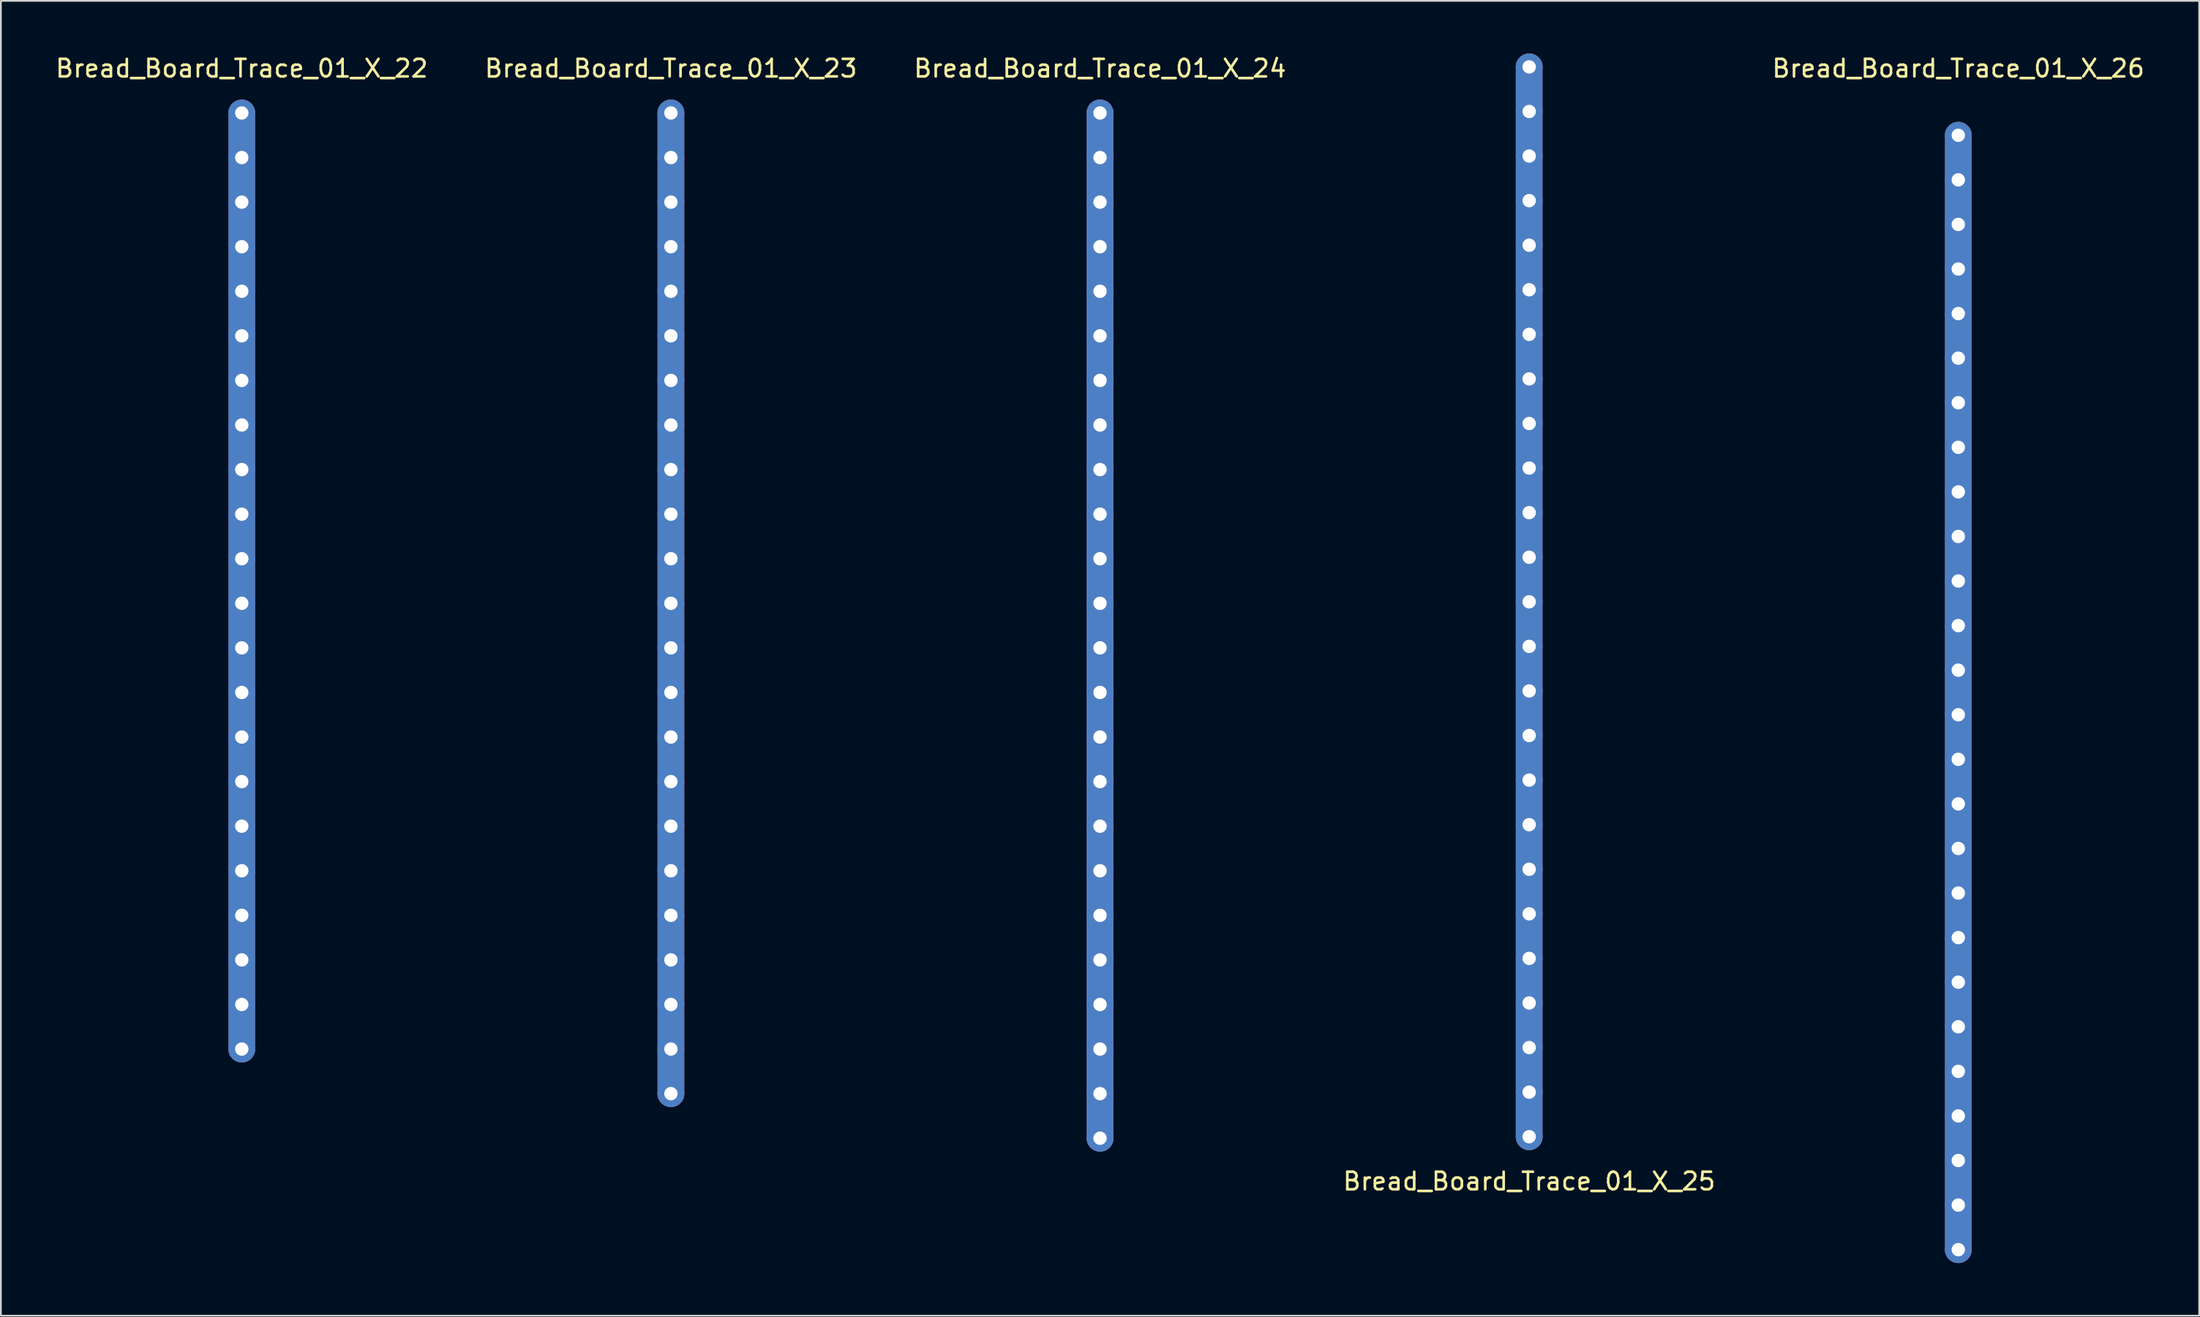
<source format=kicad_pcb>
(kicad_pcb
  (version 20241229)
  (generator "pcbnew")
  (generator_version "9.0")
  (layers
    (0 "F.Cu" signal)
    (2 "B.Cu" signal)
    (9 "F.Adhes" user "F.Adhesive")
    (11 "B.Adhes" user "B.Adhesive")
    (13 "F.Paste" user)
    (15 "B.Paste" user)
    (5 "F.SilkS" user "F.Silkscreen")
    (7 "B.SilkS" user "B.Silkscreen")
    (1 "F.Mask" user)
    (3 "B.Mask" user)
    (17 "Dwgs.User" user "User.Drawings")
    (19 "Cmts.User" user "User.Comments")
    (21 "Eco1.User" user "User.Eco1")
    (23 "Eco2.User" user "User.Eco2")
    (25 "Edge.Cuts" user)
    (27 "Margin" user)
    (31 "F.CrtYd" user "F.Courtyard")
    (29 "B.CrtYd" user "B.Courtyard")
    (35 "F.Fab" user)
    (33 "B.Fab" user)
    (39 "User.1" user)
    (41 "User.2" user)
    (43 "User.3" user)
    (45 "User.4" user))
  (footprint "Bread_Board_Trace_01_X_23"
    (layer "F.Cu")
    (at 35.161 59.268)
    (property "Reference" "Bread_Board_Trace_01_X_23" (at 0 -58.42 0) (layer "F.SilkS") (effects (font (size 1 1) (thickness 0.15))))
    (attr through_hole)
    (fp_line (start 0 -55.88) (end 0 0) (stroke (width 1.524) (type solid)) (layer "F.Cu"))
    (fp_line (start 0 -55.88) (end 0 0) (stroke (width 1.524) (type solid)) (layer "B.Cu"))
    (pad "1" thru_hole circle (at 0 -55.88) (size 1.524 1.524) (drill 0.762) (layers "*.Cu" "*.Mask"))
    (pad "2" thru_hole circle (at 0 -53.34) (size 1.524 1.524) (drill 0.762) (layers "*.Cu" "*.Mask"))
    (pad "3" thru_hole circle (at 0 -50.8) (size 1.524 1.524) (drill 0.762) (layers "*.Cu" "*.Mask"))
    (pad "4" thru_hole circle (at 0 -48.26) (size 1.524 1.524) (drill 0.762) (layers "*.Cu" "*.Mask"))
    (pad "5" thru_hole circle (at 0 -45.72) (size 1.524 1.524) (drill 0.762) (layers "*.Cu" "*.Mask"))
    (pad "6" thru_hole circle (at 0 -43.18) (size 1.524 1.524) (drill 0.762) (layers "*.Cu" "*.Mask"))
    (pad "7" thru_hole circle (at 0 -40.64) (size 1.524 1.524) (drill 0.762) (layers "*.Cu" "*.Mask"))
    (pad "8" thru_hole circle (at 0 -38.1) (size 1.524 1.524) (drill 0.762) (layers "*.Cu" "*.Mask"))
    (pad "9" thru_hole circle (at 0 -35.56) (size 1.524 1.524) (drill 0.762) (layers "*.Cu" "*.Mask"))
    (pad "10" thru_hole circle (at 0 -33.02) (size 1.524 1.524) (drill 0.762) (layers "*.Cu" "*.Mask"))
    (pad "11" thru_hole circle (at 0 -30.48) (size 1.524 1.524) (drill 0.762) (layers "*.Cu" "*.Mask"))
    (pad "12" thru_hole circle (at 0 -27.94) (size 1.524 1.524) (drill 0.762) (layers "*.Cu" "*.Mask"))
    (pad "13" thru_hole circle (at 0 -25.4) (size 1.524 1.524) (drill 0.762) (layers "*.Cu" "*.Mask"))
    (pad "14" thru_hole circle (at 0 -22.86) (size 1.524 1.524) (drill 0.762) (layers "*.Cu" "*.Mask"))
    (pad "15" thru_hole circle (at 0 -20.32) (size 1.524 1.524) (drill 0.762) (layers "*.Cu" "*.Mask"))
    (pad "16" thru_hole circle (at 0 -17.78) (size 1.524 1.524) (drill 0.762) (layers "*.Cu" "*.Mask"))
    (pad "17" thru_hole circle (at 0 -15.24) (size 1.524 1.524) (drill 0.762) (layers "*.Cu" "*.Mask"))
    (pad "18" thru_hole circle (at 0 -12.7) (size 1.524 1.524) (drill 0.762) (layers "*.Cu" "*.Mask"))
    (pad "19" thru_hole circle (at 0 -10.16) (size 1.524 1.524) (drill 0.762) (layers "*.Cu" "*.Mask"))
    (pad "20" thru_hole circle (at 0 -7.62) (size 1.524 1.524) (drill 0.762) (layers "*.Cu" "*.Mask"))
    (pad "21" thru_hole circle (at 0 -5.08) (size 1.524 1.524) (drill 0.762) (layers "*.Cu" "*.Mask"))
    (pad "22" thru_hole circle (at 0 -2.54) (size 1.524 1.524) (drill 0.762) (layers "*.Cu" "*.Mask"))
    (pad "23" thru_hole circle (at 0 0) (size 1.524 1.524) (drill 0.762) (layers "*.Cu" "*.Mask")))
  (footprint "Bread_Board_Trace_01_X_25"
    (layer "F.Cu")
    (at 84.042 28.702)
    (property "Reference" "Bread_Board_Trace_01_X_25" (at 0 35.56 0) (layer "F.SilkS") (effects (font (size 1 1) (thickness 0.15))))
    (attr through_hole)
    (fp_line (start 0 33.02) (end 0 -27.94) (stroke (width 1.524) (type solid)) (layer "F.Cu"))
    (fp_line (start 0 33.02) (end 0 -27.94) (stroke (width 1.524) (type solid)) (layer "B.Cu"))
    (pad "1" thru_hole circle (at 0 -27.94) (size 1.524 1.524) (drill 0.762) (layers "*.Cu" "*.Mask"))
    (pad "2" thru_hole circle (at 0 -25.4) (size 1.524 1.524) (drill 0.762) (layers "*.Cu" "*.Mask"))
    (pad "3" thru_hole circle (at 0 -22.86) (size 1.524 1.524) (drill 0.762) (layers "*.Cu" "*.Mask"))
    (pad "4" thru_hole circle (at 0 -20.32) (size 1.524 1.524) (drill 0.762) (layers "*.Cu" "*.Mask"))
    (pad "5" thru_hole circle (at 0 -17.78) (size 1.524 1.524) (drill 0.762) (layers "*.Cu" "*.Mask"))
    (pad "6" thru_hole circle (at 0 -15.24) (size 1.524 1.524) (drill 0.762) (layers "*.Cu" "*.Mask"))
    (pad "7" thru_hole circle (at 0 -12.7) (size 1.524 1.524) (drill 0.762) (layers "*.Cu" "*.Mask"))
    (pad "8" thru_hole circle (at 0 -10.16) (size 1.524 1.524) (drill 0.762) (layers "*.Cu" "*.Mask"))
    (pad "9" thru_hole circle (at 0 -7.62) (size 1.524 1.524) (drill 0.762) (layers "*.Cu" "*.Mask"))
    (pad "10" thru_hole circle (at 0 -5.08) (size 1.524 1.524) (drill 0.762) (layers "*.Cu" "*.Mask"))
    (pad "11" thru_hole circle (at 0 -2.54) (size 1.524 1.524) (drill 0.762) (layers "*.Cu" "*.Mask"))
    (pad "12" thru_hole circle (at 0 0) (size 1.524 1.524) (drill 0.762) (layers "*.Cu" "*.Mask"))
    (pad "13" thru_hole circle (at 0 2.54) (size 1.524 1.524) (drill 0.762) (layers "*.Cu" "*.Mask"))
    (pad "14" thru_hole circle (at 0 5.08) (size 1.524 1.524) (drill 0.762) (layers "*.Cu" "*.Mask"))
    (pad "15" thru_hole circle (at 0 7.62) (size 1.524 1.524) (drill 0.762) (layers "*.Cu" "*.Mask"))
    (pad "16" thru_hole circle (at 0 10.16) (size 1.524 1.524) (drill 0.762) (layers "*.Cu" "*.Mask"))
    (pad "17" thru_hole circle (at 0 12.7) (size 1.524 1.524) (drill 0.762) (layers "*.Cu" "*.Mask"))
    (pad "18" thru_hole circle (at 0 15.24) (size 1.524 1.524) (drill 0.762) (layers "*.Cu" "*.Mask"))
    (pad "19" thru_hole circle (at 0 17.78) (size 1.524 1.524) (drill 0.762) (layers "*.Cu" "*.Mask"))
    (pad "20" thru_hole circle (at 0 20.32) (size 1.524 1.524) (drill 0.762) (layers "*.Cu" "*.Mask"))
    (pad "21" thru_hole circle (at 0 22.86) (size 1.524 1.524) (drill 0.762) (layers "*.Cu" "*.Mask"))
    (pad "22" thru_hole circle (at 0 25.4) (size 1.524 1.524) (drill 0.762) (layers "*.Cu" "*.Mask"))
    (pad "23" thru_hole circle (at 0 27.94) (size 1.524 1.524) (drill 0.762) (layers "*.Cu" "*.Mask"))
    (pad "24" thru_hole circle (at 0 30.48) (size 1.524 1.524) (drill 0.762) (layers "*.Cu" "*.Mask"))
    (pad "25" thru_hole circle (at 0 33.02) (size 1.524 1.524) (drill 0.762) (layers "*.Cu" "*.Mask")))
  (footprint "Bread_Board_Trace_01_X_24"
    (layer "F.Cu")
    (at 59.601 61.808)
    (property "Reference" "Bread_Board_Trace_01_X_24" (at 0 -60.96 0) (layer "F.SilkS") (effects (font (size 1 1) (thickness 0.15))))
    (attr through_hole)
    (fp_line (start 0 -58.42) (end 0 0) (stroke (width 1.524) (type solid)) (layer "F.Cu"))
    (fp_line (start 0 -58.42) (end 0 0) (stroke (width 1.524) (type solid)) (layer "B.Cu"))
    (pad "1" thru_hole circle (at 0 -58.42) (size 1.524 1.524) (drill 0.762) (layers "*.Cu" "*.Mask"))
    (pad "2" thru_hole circle (at 0 -55.88) (size 1.524 1.524) (drill 0.762) (layers "*.Cu" "*.Mask"))
    (pad "3" thru_hole circle (at 0 -53.34) (size 1.524 1.524) (drill 0.762) (layers "*.Cu" "*.Mask"))
    (pad "4" thru_hole circle (at 0 -50.8) (size 1.524 1.524) (drill 0.762) (layers "*.Cu" "*.Mask"))
    (pad "5" thru_hole circle (at 0 -48.26) (size 1.524 1.524) (drill 0.762) (layers "*.Cu" "*.Mask"))
    (pad "6" thru_hole circle (at 0 -45.72) (size 1.524 1.524) (drill 0.762) (layers "*.Cu" "*.Mask"))
    (pad "7" thru_hole circle (at 0 -43.18) (size 1.524 1.524) (drill 0.762) (layers "*.Cu" "*.Mask"))
    (pad "8" thru_hole circle (at 0 -40.64) (size 1.524 1.524) (drill 0.762) (layers "*.Cu" "*.Mask"))
    (pad "9" thru_hole circle (at 0 -38.1) (size 1.524 1.524) (drill 0.762) (layers "*.Cu" "*.Mask"))
    (pad "10" thru_hole circle (at 0 -35.56) (size 1.524 1.524) (drill 0.762) (layers "*.Cu" "*.Mask"))
    (pad "11" thru_hole circle (at 0 -33.02) (size 1.524 1.524) (drill 0.762) (layers "*.Cu" "*.Mask"))
    (pad "12" thru_hole circle (at 0 -30.48) (size 1.524 1.524) (drill 0.762) (layers "*.Cu" "*.Mask"))
    (pad "13" thru_hole circle (at 0 -27.94) (size 1.524 1.524) (drill 0.762) (layers "*.Cu" "*.Mask"))
    (pad "14" thru_hole circle (at 0 -25.4) (size 1.524 1.524) (drill 0.762) (layers "*.Cu" "*.Mask"))
    (pad "15" thru_hole circle (at 0 -22.86) (size 1.524 1.524) (drill 0.762) (layers "*.Cu" "*.Mask"))
    (pad "16" thru_hole circle (at 0 -20.32) (size 1.524 1.524) (drill 0.762) (layers "*.Cu" "*.Mask"))
    (pad "17" thru_hole circle (at 0 -17.78) (size 1.524 1.524) (drill 0.762) (layers "*.Cu" "*.Mask"))
    (pad "18" thru_hole circle (at 0 -15.24) (size 1.524 1.524) (drill 0.762) (layers "*.Cu" "*.Mask"))
    (pad "19" thru_hole circle (at 0 -12.7) (size 1.524 1.524) (drill 0.762) (layers "*.Cu" "*.Mask"))
    (pad "20" thru_hole circle (at 0 -10.16) (size 1.524 1.524) (drill 0.762) (layers "*.Cu" "*.Mask"))
    (pad "21" thru_hole circle (at 0 -7.62) (size 1.524 1.524) (drill 0.762) (layers "*.Cu" "*.Mask"))
    (pad "22" thru_hole circle (at 0 -5.08) (size 1.524 1.524) (drill 0.762) (layers "*.Cu" "*.Mask"))
    (pad "23" thru_hole circle (at 0 -2.54) (size 1.524 1.524) (drill 0.762) (layers "*.Cu" "*.Mask"))
    (pad "24" thru_hole circle (at 0 0) (size 1.524 1.524) (drill 0.762) (layers "*.Cu" "*.Mask")))
  (footprint "Bread_Board_Trace_01_X_26"
    (layer "F.Cu")
    (at 108.482 68.158)
    (property "Reference" "Bread_Board_Trace_01_X_26" (at 0 -67.31 0) (layer "F.SilkS") (effects (font (size 1 1) (thickness 0.15))))
    (attr through_hole)
    (fp_line (start 0 -63.5) (end 0 0) (stroke (width 1.524) (type solid)) (layer "F.Cu"))
    (fp_line (start 0 -63.5) (end 0 0) (stroke (width 1.524) (type solid)) (layer "B.Cu"))
    (pad "1" thru_hole circle (at 0 -63.5) (size 1.524 1.524) (drill 0.762) (layers "*.Cu" "*.Mask"))
    (pad "2" thru_hole circle (at 0 -60.96) (size 1.524 1.524) (drill 0.762) (layers "*.Cu" "*.Mask"))
    (pad "3" thru_hole circle (at 0 -58.42) (size 1.524 1.524) (drill 0.762) (layers "*.Cu" "*.Mask"))
    (pad "4" thru_hole circle (at 0 -55.88) (size 1.524 1.524) (drill 0.762) (layers "*.Cu" "*.Mask"))
    (pad "5" thru_hole circle (at 0 -53.34) (size 1.524 1.524) (drill 0.762) (layers "*.Cu" "*.Mask"))
    (pad "6" thru_hole circle (at 0 -50.8) (size 1.524 1.524) (drill 0.762) (layers "*.Cu" "*.Mask"))
    (pad "7" thru_hole circle (at 0 -48.26) (size 1.524 1.524) (drill 0.762) (layers "*.Cu" "*.Mask"))
    (pad "8" thru_hole circle (at 0 -45.72) (size 1.524 1.524) (drill 0.762) (layers "*.Cu" "*.Mask"))
    (pad "9" thru_hole circle (at 0 -43.18) (size 1.524 1.524) (drill 0.762) (layers "*.Cu" "*.Mask"))
    (pad "10" thru_hole circle (at 0 -40.64) (size 1.524 1.524) (drill 0.762) (layers "*.Cu" "*.Mask"))
    (pad "11" thru_hole circle (at 0 -38.1) (size 1.524 1.524) (drill 0.762) (layers "*.Cu" "*.Mask"))
    (pad "12" thru_hole circle (at 0 -35.56) (size 1.524 1.524) (drill 0.762) (layers "*.Cu" "*.Mask"))
    (pad "13" thru_hole circle (at 0 -33.02) (size 1.524 1.524) (drill 0.762) (layers "*.Cu" "*.Mask"))
    (pad "14" thru_hole circle (at 0 -30.48) (size 1.524 1.524) (drill 0.762) (layers "*.Cu" "*.Mask"))
    (pad "15" thru_hole circle (at 0 -27.94) (size 1.524 1.524) (drill 0.762) (layers "*.Cu" "*.Mask"))
    (pad "16" thru_hole circle (at 0 -25.4) (size 1.524 1.524) (drill 0.762) (layers "*.Cu" "*.Mask"))
    (pad "17" thru_hole circle (at 0 -22.86) (size 1.524 1.524) (drill 0.762) (layers "*.Cu" "*.Mask"))
    (pad "18" thru_hole circle (at 0 -20.32) (size 1.524 1.524) (drill 0.762) (layers "*.Cu" "*.Mask"))
    (pad "19" thru_hole circle (at 0 -17.78) (size 1.524 1.524) (drill 0.762) (layers "*.Cu" "*.Mask"))
    (pad "20" thru_hole circle (at 0 -15.24) (size 1.524 1.524) (drill 0.762) (layers "*.Cu" "*.Mask"))
    (pad "21" thru_hole circle (at 0 -12.7) (size 1.524 1.524) (drill 0.762) (layers "*.Cu" "*.Mask"))
    (pad "22" thru_hole circle (at 0 -10.16) (size 1.524 1.524) (drill 0.762) (layers "*.Cu" "*.Mask"))
    (pad "23" thru_hole circle (at 0 -7.62) (size 1.524 1.524) (drill 0.762) (layers "*.Cu" "*.Mask"))
    (pad "24" thru_hole circle (at 0 -5.08) (size 1.524 1.524) (drill 0.762) (layers "*.Cu" "*.Mask"))
    (pad "25" thru_hole circle (at 0 -2.54) (size 1.524 1.524) (drill 0.762) (layers "*.Cu" "*.Mask"))
    (pad "26" thru_hole circle (at 0 0) (size 1.524 1.524) (drill 0.762) (layers "*.Cu" "*.Mask")))
  (footprint "Bread_Board_Trace_01_X_22"
    (layer "F.Cu")
    (at 10.72 56.728)
    (property "Reference" "Bread_Board_Trace_01_X_22" (at 0 -55.88 0) (layer "F.SilkS") (effects (font (size 1 1) (thickness 0.15))))
    (attr through_hole)
    (fp_line (start 0 -53.34) (end 0 0) (stroke (width 1.524) (type solid)) (layer "F.Cu"))
    (fp_line (start 0 -53.34) (end 0 0) (stroke (width 1.524) (type solid)) (layer "B.Cu"))
    (pad "1" thru_hole circle (at 0 -53.34) (size 1.524 1.524) (drill 0.762) (layers "*.Cu" "*.Mask"))
    (pad "2" thru_hole circle (at 0 -50.8) (size 1.524 1.524) (drill 0.762) (layers "*.Cu" "*.Mask"))
    (pad "3" thru_hole circle (at 0 -48.26) (size 1.524 1.524) (drill 0.762) (layers "*.Cu" "*.Mask"))
    (pad "4" thru_hole circle (at 0 -45.72) (size 1.524 1.524) (drill 0.762) (layers "*.Cu" "*.Mask"))
    (pad "5" thru_hole circle (at 0 -43.18) (size 1.524 1.524) (drill 0.762) (layers "*.Cu" "*.Mask"))
    (pad "6" thru_hole circle (at 0 -40.64) (size 1.524 1.524) (drill 0.762) (layers "*.Cu" "*.Mask"))
    (pad "7" thru_hole circle (at 0 -38.1) (size 1.524 1.524) (drill 0.762) (layers "*.Cu" "*.Mask"))
    (pad "8" thru_hole circle (at 0 -35.56) (size 1.524 1.524) (drill 0.762) (layers "*.Cu" "*.Mask"))
    (pad "9" thru_hole circle (at 0 -33.02) (size 1.524 1.524) (drill 0.762) (layers "*.Cu" "*.Mask"))
    (pad "10" thru_hole circle (at 0 -30.48) (size 1.524 1.524) (drill 0.762) (layers "*.Cu" "*.Mask"))
    (pad "11" thru_hole circle (at 0 -27.94) (size 1.524 1.524) (drill 0.762) (layers "*.Cu" "*.Mask"))
    (pad "12" thru_hole circle (at 0 -25.4) (size 1.524 1.524) (drill 0.762) (layers "*.Cu" "*.Mask"))
    (pad "13" thru_hole circle (at 0 -22.86) (size 1.524 1.524) (drill 0.762) (layers "*.Cu" "*.Mask"))
    (pad "14" thru_hole circle (at 0 -20.32) (size 1.524 1.524) (drill 0.762) (layers "*.Cu" "*.Mask"))
    (pad "15" thru_hole circle (at 0 -17.78) (size 1.524 1.524) (drill 0.762) (layers "*.Cu" "*.Mask"))
    (pad "16" thru_hole circle (at 0 -15.24) (size 1.524 1.524) (drill 0.762) (layers "*.Cu" "*.Mask"))
    (pad "17" thru_hole circle (at 0 -12.7) (size 1.524 1.524) (drill 0.762) (layers "*.Cu" "*.Mask"))
    (pad "18" thru_hole circle (at 0 -10.16) (size 1.524 1.524) (drill 0.762) (layers "*.Cu" "*.Mask"))
    (pad "19" thru_hole circle (at 0 -7.62) (size 1.524 1.524) (drill 0.762) (layers "*.Cu" "*.Mask"))
    (pad "20" thru_hole circle (at 0 -5.08) (size 1.524 1.524) (drill 0.762) (layers "*.Cu" "*.Mask"))
    (pad "21" thru_hole circle (at 0 -2.54) (size 1.524 1.524) (drill 0.762) (layers "*.Cu" "*.Mask"))
    (pad "22" thru_hole circle (at 0 0) (size 1.524 1.524) (drill 0.762) (layers "*.Cu" "*.Mask")))
  (gr_rect
    (start -3 -3)
    (end 122.202 71.92)
    (stroke (width 0.1) (type default))
    (fill no)
    (layer "Edge.Cuts")))
</source>
